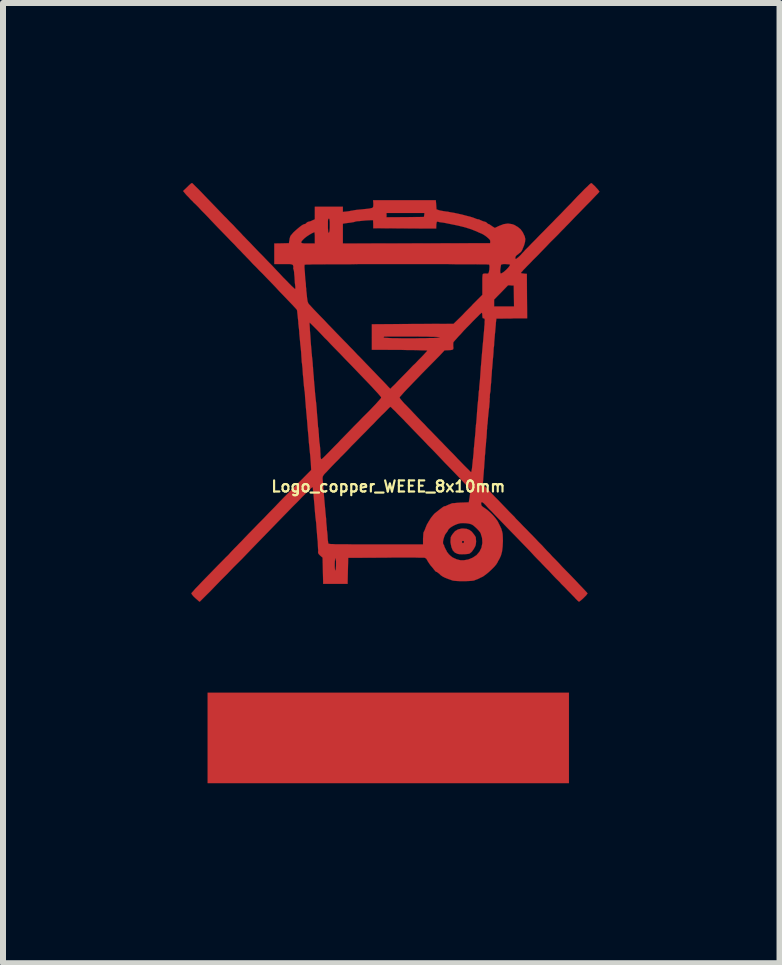
<source format=kicad_pcb>
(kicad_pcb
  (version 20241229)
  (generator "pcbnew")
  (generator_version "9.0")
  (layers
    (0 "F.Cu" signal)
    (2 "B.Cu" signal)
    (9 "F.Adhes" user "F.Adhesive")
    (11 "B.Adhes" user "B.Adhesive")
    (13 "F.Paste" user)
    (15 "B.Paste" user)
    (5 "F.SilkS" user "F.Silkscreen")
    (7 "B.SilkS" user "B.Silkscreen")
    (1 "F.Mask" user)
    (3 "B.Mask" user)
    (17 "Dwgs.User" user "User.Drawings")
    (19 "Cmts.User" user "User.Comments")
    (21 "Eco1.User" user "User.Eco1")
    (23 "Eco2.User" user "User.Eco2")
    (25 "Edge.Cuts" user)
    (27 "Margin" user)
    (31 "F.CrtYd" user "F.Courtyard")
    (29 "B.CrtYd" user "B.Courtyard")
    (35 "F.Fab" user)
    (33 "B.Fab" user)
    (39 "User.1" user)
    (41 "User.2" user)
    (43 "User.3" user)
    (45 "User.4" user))
  (footprint "Logo_copper_WEEE_8x10mm"
    (layer "F.Cu")
    (at 3.42 5.056)
    (property "Reference" "Logo_copper_WEEE_8x10mm" (at 0 0 0) (layer "F.SilkS") (effects (font (size 0.185 0.185) (thickness 0.036))))
    (attr through_hole)
    (fp_poly (pts (xy 3.01 4.943) (xy 0 4.943) (xy -3.01 4.943) (xy -3.01 4.188) (xy -3.01 3.437) (xy 0 3.437) (xy 3.01 3.437) (xy 3.01 4.188) (xy 3.01 4.943)) (stroke (width 0.003) (type solid)) (fill yes) (layer "F.Cu"))
    (fp_poly (pts (xy 1.463 0.914) (xy 1.46 0.953) (xy 1.455 0.98) (xy 1.443 1.008) (xy 1.422 1.044) (xy 1.392 1.087) (xy 1.364 1.11) (xy 1.349 1.12) (xy 1.318 1.125) (xy 1.278 1.128) (xy 1.262 1.128) (xy 1.262 0.917) (xy 1.252 0.907) (xy 1.237 0.907) (xy 1.232 0.909) (xy 1.227 0.927) (xy 1.234 0.94) (xy 1.245 0.945) (xy 1.257 0.937) (xy 1.26 0.932) (xy 1.262 0.917) (xy 1.262 1.128) (xy 1.229 1.13) (xy 1.186 1.128) (xy 1.156 1.123) (xy 1.11 1.102) (xy 1.074 1.064) (xy 1.052 1.011) (xy 1.039 0.945) (xy 1.036 0.914) (xy 1.039 0.874) (xy 1.041 0.846) (xy 1.054 0.82) (xy 1.072 0.792) (xy 1.113 0.744) (xy 1.161 0.716) (xy 1.222 0.701) (xy 1.25 0.701) (xy 1.306 0.706) (xy 1.351 0.724) (xy 1.392 0.754) (xy 1.422 0.792) (xy 1.445 0.823) (xy 1.458 0.848) (xy 1.46 0.876) (xy 1.463 0.914)) (stroke (width 0.003) (type solid)) (fill yes) (layer "F.Cu"))
    (fp_poly (pts (xy 3.518 -4.912) (xy 3.51 -4.902) (xy 3.49 -4.879) (xy 3.457 -4.846) (xy 3.416 -4.803) (xy 3.368 -4.752) (xy 3.315 -4.699) (xy 3.297 -4.681) (xy 3.236 -4.618) (xy 3.172 -4.552) (xy 3.109 -4.488) (xy 3.051 -4.427) (xy 3.002 -4.376) (xy 2.964 -4.338) (xy 2.931 -4.303) (xy 2.885 -4.257) (xy 2.83 -4.199) (xy 2.766 -4.135) (xy 2.697 -4.067) (xy 2.629 -3.995) (xy 2.56 -3.924) (xy 2.479 -3.84) (xy 2.41 -3.772) (xy 2.357 -3.716) (xy 2.311 -3.67) (xy 2.278 -3.635) (xy 2.25 -3.607) (xy 2.233 -3.586) (xy 2.22 -3.574) (xy 2.215 -3.566) (xy 2.21 -3.559) (xy 2.212 -3.556) (xy 2.225 -3.551) (xy 2.253 -3.548) (xy 2.263 -3.546) (xy 2.309 -3.543) (xy 2.311 -3.172) (xy 2.314 -2.802) (xy 2.095 -2.802) (xy 2.095 -3) (xy 2.093 -3.172) (xy 2.09 -3.348) (xy 2.045 -3.35) (xy 2.029 -3.353) (xy 2.029 -3.691) (xy 2.029 -3.693) (xy 2.017 -3.701) (xy 1.989 -3.703) (xy 1.956 -3.706) (xy 1.92 -3.706) (xy 1.892 -3.701) (xy 1.882 -3.698) (xy 1.877 -3.686) (xy 1.872 -3.658) (xy 1.867 -3.625) (xy 1.864 -3.592) (xy 1.867 -3.564) (xy 1.867 -3.559) (xy 1.875 -3.548) (xy 1.895 -3.556) (xy 1.925 -3.576) (xy 1.963 -3.609) (xy 1.971 -3.617) (xy 1.999 -3.647) (xy 2.019 -3.673) (xy 2.029 -3.691) (xy 2.029 -3.353) (xy 1.996 -3.353) (xy 1.88 -3.233) (xy 1.763 -3.114) (xy 1.763 -3.056) (xy 1.763 -3) (xy 1.93 -3) (xy 2.095 -3) (xy 2.095 -2.802) (xy 2.057 -2.799) (xy 1.801 -2.797) (xy 1.793 -2.728) (xy 1.791 -2.692) (xy 1.786 -2.639) (xy 1.781 -2.581) (xy 1.775 -2.522) (xy 1.775 -2.515) (xy 1.77 -2.459) (xy 1.765 -2.403) (xy 1.763 -2.355) (xy 1.76 -2.324) (xy 1.758 -2.319) (xy 1.755 -2.286) (xy 1.753 -2.235) (xy 1.748 -2.174) (xy 1.742 -2.111) (xy 1.737 -2.045) (xy 1.732 -1.986) (xy 1.727 -1.938) (xy 1.727 -1.935) (xy 1.725 -1.902) (xy 1.722 -1.854) (xy 1.717 -1.796) (xy 1.714 -1.735) (xy 1.712 -1.72) (xy 1.707 -1.664) (xy 1.704 -1.618) (xy 1.702 -1.582) (xy 1.699 -1.572) (xy 1.699 -4.079) (xy 1.697 -4.1) (xy 1.684 -4.12) (xy 1.656 -4.145) (xy 1.651 -4.15) (xy 1.618 -4.176) (xy 1.582 -4.199) (xy 1.56 -4.211) (xy 1.521 -4.227) (xy 1.483 -4.244) (xy 1.478 -4.247) (xy 1.384 -4.285) (xy 1.28 -4.318) (xy 1.158 -4.348) (xy 1.021 -4.376) (xy 0.942 -4.392) (xy 0.897 -4.399) (xy 0.856 -4.404) (xy 0.828 -4.412) (xy 0.818 -4.412) (xy 0.81 -4.412) (xy 0.805 -4.397) (xy 0.8 -4.366) (xy 0.8 -4.356) (xy 0.798 -4.298) (xy 0.602 -4.298) (xy 0.602 -4.557) (xy 0.284 -4.557) (xy -0.03 -4.557) (xy -0.03 -4.521) (xy -0.03 -4.486) (xy 0.282 -4.488) (xy 0.594 -4.491) (xy 0.599 -4.524) (xy 0.602 -4.557) (xy 0.602 -4.298) (xy 0.272 -4.3) (xy -0.251 -4.303) (xy -0.251 -4.371) (xy -0.254 -4.437) (xy -0.295 -4.437) (xy -0.338 -4.435) (xy -0.386 -4.432) (xy -0.437 -4.427) (xy -0.483 -4.422) (xy -0.521 -4.42) (xy -0.546 -4.415) (xy -0.554 -4.412) (xy -0.569 -4.407) (xy -0.599 -4.402) (xy -0.627 -4.397) (xy -0.668 -4.392) (xy -0.706 -4.387) (xy -0.724 -4.384) (xy -0.757 -4.379) (xy -0.757 -4.214) (xy -0.757 -4.049) (xy 0.467 -4.051) (xy 1.697 -4.054) (xy 1.699 -4.079) (xy 1.699 -1.572) (xy 1.697 -1.56) (xy 1.697 -1.557) (xy 1.694 -1.544) (xy 1.692 -1.516) (xy 1.692 -1.478) (xy 1.689 -1.466) (xy 1.689 -1.417) (xy 1.687 -1.4) (xy 1.687 -3.663) (xy 1.684 -3.688) (xy 1.679 -3.698) (xy 1.666 -3.698) (xy 1.636 -3.701) (xy 1.585 -3.701) (xy 1.519 -3.701) (xy 1.438 -3.703) (xy 1.344 -3.703) (xy 1.237 -3.703) (xy 1.12 -3.703) (xy 0.993 -3.706) (xy 0.856 -3.706) (xy 0.714 -3.706) (xy 0.566 -3.706) (xy 0.417 -3.706) (xy 0.262 -3.706) (xy 0.107 -3.706) (xy -0.046 -3.706) (xy -0.198 -3.706) (xy -0.348 -3.706) (xy -0.493 -3.706) (xy -0.632 -3.703) (xy -0.765 -3.703) (xy -0.886 -3.703) (xy -0.975 -3.703) (xy -0.975 -4.351) (xy -0.975 -4.402) (xy -0.978 -4.435) (xy -0.98 -4.455) (xy -0.986 -4.463) (xy -0.991 -4.463) (xy -0.998 -4.46) (xy -1.003 -4.448) (xy -1.006 -4.425) (xy -1.006 -4.384) (xy -1.006 -4.351) (xy -1.006 -4.305) (xy -1.003 -4.267) (xy -1.001 -4.242) (xy -1.001 -4.232) (xy -0.991 -4.229) (xy -0.983 -4.239) (xy -0.978 -4.267) (xy -0.975 -4.315) (xy -0.975 -4.351) (xy -0.975 -3.703) (xy -1.001 -3.703) (xy -1.102 -3.701) (xy -1.191 -3.701) (xy -1.224 -3.701) (xy -1.224 -4.049) (xy -1.224 -4.143) (xy -1.224 -4.183) (xy -1.227 -4.214) (xy -1.229 -4.234) (xy -1.232 -4.237) (xy -1.252 -4.229) (xy -1.283 -4.214) (xy -1.321 -4.191) (xy -1.359 -4.166) (xy -1.392 -4.14) (xy -1.4 -4.133) (xy -1.433 -4.1) (xy -1.45 -4.077) (xy -1.45 -4.061) (xy -1.435 -4.054) (xy -1.402 -4.049) (xy -1.349 -4.049) (xy -1.339 -4.049) (xy -1.224 -4.049) (xy -1.224 -3.701) (xy -1.267 -3.701) (xy -1.326 -3.698) (xy -1.367 -3.698) (xy -1.392 -3.696) (xy -1.394 -3.696) (xy -1.397 -3.683) (xy -1.397 -3.653) (xy -1.394 -3.607) (xy -1.389 -3.553) (xy -1.387 -3.505) (xy -1.382 -3.442) (xy -1.374 -3.381) (xy -1.372 -3.327) (xy -1.367 -3.287) (xy -1.367 -3.269) (xy -1.359 -3.2) (xy -1.354 -3.147) (xy -1.349 -3.109) (xy -1.344 -3.081) (xy -1.336 -3.061) (xy -1.328 -3.045) (xy -1.318 -3.033) (xy -1.303 -3.018) (xy -1.278 -2.99) (xy -1.24 -2.949) (xy -1.191 -2.898) (xy -1.135 -2.84) (xy -1.072 -2.776) (xy -1.006 -2.705) (xy -0.937 -2.634) (xy -0.866 -2.56) (xy -0.795 -2.487) (xy -0.726 -2.416) (xy -0.693 -2.383) (xy -0.645 -2.332) (xy -0.594 -2.281) (xy -0.549 -2.233) (xy -0.511 -2.192) (xy -0.485 -2.167) (xy -0.437 -2.118) (xy -0.384 -2.062) (xy -0.328 -2.004) (xy -0.272 -1.946) (xy -0.213 -1.885) (xy -0.157 -1.826) (xy -0.107 -1.775) (xy -0.061 -1.727) (xy -0.025 -1.689) (xy 0 -1.661) (xy 0.015 -1.646) (xy 0.018 -1.643) (xy 0.03 -1.631) (xy 0.033 -1.628) (xy 0.043 -1.636) (xy 0.061 -1.656) (xy 0.091 -1.684) (xy 0.127 -1.72) (xy 0.145 -1.74) (xy 0.185 -1.781) (xy 0.234 -1.831) (xy 0.292 -1.89) (xy 0.351 -1.951) (xy 0.411 -2.014) (xy 0.452 -2.052) (xy 0.503 -2.106) (xy 0.551 -2.154) (xy 0.592 -2.197) (xy 0.622 -2.23) (xy 0.643 -2.253) (xy 0.65 -2.263) (xy 0.643 -2.266) (xy 0.612 -2.268) (xy 0.564 -2.268) (xy 0.5 -2.271) (xy 0.419 -2.273) (xy 0.323 -2.273) (xy 0.211 -2.276) (xy 0.188 -2.276) (xy -0.274 -2.278) (xy -0.274 -2.492) (xy -0.274 -2.703) (xy 0.406 -2.708) (xy 1.087 -2.71) (xy 1.163 -2.784) (xy 1.194 -2.814) (xy 1.237 -2.857) (xy 1.285 -2.908) (xy 1.339 -2.962) (xy 1.392 -3.015) (xy 1.402 -3.028) (xy 1.567 -3.193) (xy 1.567 -3.365) (xy 1.567 -3.429) (xy 1.567 -3.475) (xy 1.57 -3.508) (xy 1.572 -3.526) (xy 1.575 -3.538) (xy 1.582 -3.543) (xy 1.59 -3.546) (xy 1.613 -3.548) (xy 1.623 -3.548) (xy 1.651 -3.546) (xy 1.669 -3.553) (xy 1.676 -3.574) (xy 1.684 -3.609) (xy 1.684 -3.619) (xy 1.687 -3.663) (xy 1.687 -1.4) (xy 1.684 -1.367) (xy 1.681 -1.328) (xy 1.681 -1.326) (xy 1.676 -1.288) (xy 1.671 -1.24) (xy 1.666 -1.189) (xy 1.661 -1.143) (xy 1.659 -1.105) (xy 1.656 -1.077) (xy 1.656 -1.074) (xy 1.654 -1.049) (xy 1.648 -1.011) (xy 1.646 -0.965) (xy 1.643 -0.932) (xy 1.641 -0.884) (xy 1.638 -0.841) (xy 1.636 -0.805) (xy 1.633 -0.792) (xy 1.631 -0.767) (xy 1.628 -0.726) (xy 1.626 -0.693) (xy 1.623 -0.665) (xy 1.618 -0.62) (xy 1.615 -0.561) (xy 1.608 -0.493) (xy 1.608 -0.465) (xy 1.608 -2.774) (xy 1.605 -2.789) (xy 1.6 -2.797) (xy 1.595 -2.802) (xy 1.587 -2.802) (xy 1.575 -2.804) (xy 1.57 -2.817) (xy 1.567 -2.842) (xy 1.567 -2.85) (xy 1.565 -2.878) (xy 1.56 -2.893) (xy 1.557 -2.896) (xy 1.547 -2.888) (xy 1.524 -2.868) (xy 1.494 -2.837) (xy 1.453 -2.797) (xy 1.407 -2.751) (xy 1.359 -2.7) (xy 1.308 -2.649) (xy 1.257 -2.596) (xy 1.212 -2.545) (xy 1.168 -2.499) (xy 1.133 -2.459) (xy 1.105 -2.428) (xy 1.09 -2.41) (xy 1.085 -2.405) (xy 1.082 -2.38) (xy 1.082 -2.347) (xy 1.082 -2.339) (xy 1.085 -2.311) (xy 1.082 -2.289) (xy 1.079 -2.286) (xy 1.067 -2.278) (xy 1.039 -2.273) (xy 1.006 -2.271) (xy 0.937 -2.268) (xy 0.859 -2.184) (xy 0.859 -2.484) (xy 0.853 -2.487) (xy 0.838 -2.489) (xy 0.81 -2.492) (xy 0.772 -2.494) (xy 0.719 -2.494) (xy 0.648 -2.497) (xy 0.561 -2.497) (xy 0.457 -2.499) (xy 0.396 -2.499) (xy 0.302 -2.499) (xy 0.213 -2.499) (xy 0.132 -2.499) (xy 0.061 -2.499) (xy 0.003 -2.499) (xy -0.038 -2.497) (xy -0.064 -2.497) (xy -0.069 -2.497) (xy -0.079 -2.487) (xy -0.076 -2.482) (xy -0.066 -2.479) (xy -0.036 -2.477) (xy 0.008 -2.474) (xy 0.066 -2.471) (xy 0.132 -2.471) (xy 0.208 -2.469) (xy 0.292 -2.469) (xy 0.376 -2.469) (xy 0.46 -2.469) (xy 0.544 -2.471) (xy 0.622 -2.471) (xy 0.693 -2.474) (xy 0.754 -2.474) (xy 0.803 -2.477) (xy 0.838 -2.479) (xy 0.856 -2.482) (xy 0.859 -2.484) (xy 0.859 -2.184) (xy 0.564 -1.885) (xy 0.493 -1.811) (xy 0.424 -1.74) (xy 0.363 -1.676) (xy 0.307 -1.618) (xy 0.262 -1.57) (xy 0.226 -1.529) (xy 0.201 -1.501) (xy 0.188 -1.486) (xy 0.193 -1.471) (xy 0.213 -1.445) (xy 0.241 -1.412) (xy 0.277 -1.372) (xy 0.287 -1.364) (xy 0.323 -1.326) (xy 0.368 -1.28) (xy 0.422 -1.222) (xy 0.48 -1.161) (xy 0.541 -1.097) (xy 0.602 -1.036) (xy 0.658 -0.975) (xy 0.714 -0.919) (xy 0.765 -0.866) (xy 0.81 -0.82) (xy 0.846 -0.782) (xy 0.869 -0.759) (xy 0.871 -0.757) (xy 0.894 -0.734) (xy 0.927 -0.699) (xy 0.97 -0.655) (xy 1.021 -0.602) (xy 1.077 -0.546) (xy 1.135 -0.485) (xy 1.151 -0.467) (xy 1.206 -0.411) (xy 1.257 -0.358) (xy 1.3 -0.315) (xy 1.339 -0.277) (xy 1.364 -0.251) (xy 1.379 -0.239) (xy 1.379 -0.236) (xy 1.384 -0.246) (xy 1.389 -0.272) (xy 1.394 -0.297) (xy 1.4 -0.353) (xy 1.407 -0.422) (xy 1.415 -0.495) (xy 1.422 -0.566) (xy 1.425 -0.627) (xy 1.43 -0.671) (xy 1.435 -0.726) (xy 1.44 -0.782) (xy 1.443 -0.808) (xy 1.448 -0.864) (xy 1.453 -0.919) (xy 1.455 -0.968) (xy 1.458 -0.986) (xy 1.46 -1.019) (xy 1.466 -1.067) (xy 1.471 -1.128) (xy 1.476 -1.191) (xy 1.478 -1.229) (xy 1.483 -1.293) (xy 1.488 -1.356) (xy 1.494 -1.412) (xy 1.499 -1.455) (xy 1.499 -1.473) (xy 1.504 -1.519) (xy 1.506 -1.562) (xy 1.509 -1.587) (xy 1.514 -1.615) (xy 1.516 -1.659) (xy 1.521 -1.712) (xy 1.527 -1.768) (xy 1.527 -1.77) (xy 1.534 -1.869) (xy 1.542 -1.984) (xy 1.552 -2.103) (xy 1.562 -2.223) (xy 1.572 -2.337) (xy 1.582 -2.441) (xy 1.587 -2.502) (xy 1.595 -2.588) (xy 1.6 -2.657) (xy 1.605 -2.708) (xy 1.605 -2.746) (xy 1.608 -2.774) (xy 1.608 -0.465) (xy 1.603 -0.414) (xy 1.598 -0.335) (xy 1.598 -0.333) (xy 1.575 -0.041) (xy 1.608 -0.003) (xy 1.623 0.013) (xy 1.654 0.043) (xy 1.692 0.084) (xy 1.737 0.132) (xy 1.788 0.185) (xy 1.844 0.241) (xy 1.847 0.244) (xy 1.902 0.302) (xy 1.961 0.363) (xy 2.014 0.419) (xy 2.062 0.467) (xy 2.103 0.508) (xy 2.126 0.536) (xy 2.156 0.566) (xy 2.197 0.607) (xy 2.245 0.658) (xy 2.301 0.714) (xy 2.357 0.772) (xy 2.393 0.808) (xy 2.449 0.866) (xy 2.504 0.925) (xy 2.56 0.98) (xy 2.606 1.031) (xy 2.644 1.072) (xy 2.662 1.09) (xy 2.692 1.12) (xy 2.733 1.166) (xy 2.784 1.217) (xy 2.84 1.275) (xy 2.896 1.336) (xy 2.941 1.382) (xy 3.038 1.481) (xy 3.119 1.565) (xy 3.185 1.636) (xy 3.239 1.692) (xy 3.279 1.735) (xy 3.305 1.763) (xy 3.317 1.778) (xy 3.32 1.781) (xy 3.312 1.793) (xy 3.297 1.814) (xy 3.272 1.839) (xy 3.244 1.867) (xy 3.216 1.892) (xy 3.193 1.91) (xy 3.178 1.92) (xy 3.167 1.913) (xy 3.147 1.895) (xy 3.119 1.867) (xy 3.104 1.849) (xy 3.076 1.821) (xy 3.04 1.783) (xy 2.992 1.735) (xy 2.941 1.681) (xy 2.885 1.626) (xy 2.85 1.587) (xy 2.791 1.529) (xy 2.733 1.468) (xy 2.68 1.41) (xy 2.629 1.359) (xy 2.588 1.316) (xy 2.57 1.298) (xy 2.537 1.262) (xy 2.489 1.214) (xy 2.433 1.156) (xy 2.37 1.087) (xy 2.299 1.013) (xy 2.223 0.935) (xy 2.144 0.853) (xy 2.065 0.772) (xy 1.986 0.691) (xy 1.913 0.615) (xy 1.844 0.544) (xy 1.819 0.518) (xy 1.77 0.467) (xy 1.725 0.419) (xy 1.681 0.376) (xy 1.646 0.338) (xy 1.623 0.312) (xy 1.59 0.279) (xy 1.565 0.262) (xy 1.552 0.262) (xy 1.547 0.279) (xy 1.547 0.292) (xy 1.552 0.315) (xy 1.567 0.333) (xy 1.593 0.351) (xy 1.603 0.358) (xy 1.648 0.389) (xy 1.697 0.432) (xy 1.745 0.48) (xy 1.788 0.531) (xy 1.821 0.577) (xy 1.829 0.592) (xy 1.859 0.653) (xy 1.882 0.701) (xy 1.895 0.744) (xy 1.905 0.79) (xy 1.908 0.841) (xy 1.91 0.904) (xy 1.91 0.912) (xy 1.905 1.006) (xy 1.895 1.085) (xy 1.877 1.151) (xy 1.852 1.206) (xy 1.847 1.214) (xy 1.829 1.245) (xy 1.819 1.267) (xy 1.798 1.3) (xy 1.765 1.339) (xy 1.722 1.382) (xy 1.676 1.425) (xy 1.626 1.466) (xy 1.58 1.499) (xy 1.567 1.506) (xy 1.567 0.927) (xy 1.565 0.889) (xy 1.562 0.856) (xy 1.557 0.838) (xy 1.547 0.808) (xy 1.542 0.787) (xy 1.532 0.767) (xy 1.509 0.737) (xy 1.478 0.704) (xy 1.445 0.673) (xy 1.415 0.648) (xy 1.394 0.635) (xy 1.372 0.627) (xy 1.369 0.625) (xy 1.369 0.066) (xy 1.369 0.061) (xy 1.367 0.053) (xy 1.359 0.046) (xy 1.349 0.033) (xy 1.336 0.015) (xy 1.316 -0.005) (xy 1.288 -0.036) (xy 1.255 -0.071) (xy 1.212 -0.117) (xy 1.161 -0.17) (xy 1.1 -0.234) (xy 1.026 -0.31) (xy 0.942 -0.396) (xy 0.846 -0.498) (xy 0.737 -0.612) (xy 0.663 -0.686) (xy 0.584 -0.77) (xy 0.5 -0.856) (xy 0.419 -0.94) (xy 0.343 -1.019) (xy 0.277 -1.087) (xy 0.264 -1.102) (xy 0.208 -1.158) (xy 0.157 -1.209) (xy 0.114 -1.255) (xy 0.076 -1.29) (xy 0.051 -1.316) (xy 0.036 -1.326) (xy 0.033 -1.328) (xy 0.025 -1.321) (xy 0.003 -1.3) (xy -0.028 -1.267) (xy -0.071 -1.224) (xy -0.119 -1.179) (xy -0.119 -1.483) (xy -0.124 -1.494) (xy -0.145 -1.519) (xy -0.178 -1.557) (xy -0.221 -1.603) (xy -0.272 -1.659) (xy -0.33 -1.72) (xy -0.378 -1.77) (xy -0.503 -1.9) (xy -0.615 -2.017) (xy -0.714 -2.118) (xy -0.803 -2.212) (xy -0.884 -2.294) (xy -0.955 -2.367) (xy -1.019 -2.436) (xy -1.059 -2.474) (xy -1.125 -2.545) (xy -1.179 -2.601) (xy -1.222 -2.644) (xy -1.255 -2.677) (xy -1.278 -2.7) (xy -1.293 -2.715) (xy -1.303 -2.725) (xy -1.308 -2.728) (xy -1.311 -2.728) (xy -1.313 -2.718) (xy -1.311 -2.69) (xy -1.308 -2.649) (xy -1.306 -2.601) (xy -1.298 -2.499) (xy -1.293 -2.418) (xy -1.288 -2.352) (xy -1.283 -2.299) (xy -1.28 -2.261) (xy -1.278 -2.23) (xy -1.275 -2.205) (xy -1.273 -2.187) (xy -1.273 -2.179) (xy -1.27 -2.151) (xy -1.265 -2.108) (xy -1.26 -2.055) (xy -1.257 -1.999) (xy -1.255 -1.991) (xy -1.252 -1.933) (xy -1.247 -1.877) (xy -1.242 -1.826) (xy -1.24 -1.791) (xy -1.234 -1.714) (xy -1.227 -1.643) (xy -1.222 -1.577) (xy -1.217 -1.519) (xy -1.212 -1.476) (xy -1.209 -1.448) (xy -1.209 -1.445) (xy -1.206 -1.422) (xy -1.201 -1.379) (xy -1.196 -1.323) (xy -1.191 -1.26) (xy -1.186 -1.186) (xy -1.179 -1.113) (xy -1.176 -1.074) (xy -1.173 -1.031) (xy -1.171 -0.993) (xy -1.166 -0.97) (xy -1.163 -0.945) (xy -1.161 -0.907) (xy -1.156 -0.861) (xy -1.156 -0.846) (xy -1.153 -0.792) (xy -1.148 -0.737) (xy -1.14 -0.688) (xy -1.14 -0.681) (xy -1.135 -0.632) (xy -1.133 -0.577) (xy -1.13 -0.541) (xy -1.13 -0.498) (xy -1.125 -0.47) (xy -1.118 -0.457) (xy -1.11 -0.455) (xy -1.102 -0.462) (xy -1.079 -0.483) (xy -1.046 -0.516) (xy -1.003 -0.559) (xy -0.953 -0.61) (xy -0.897 -0.668) (xy -0.833 -0.732) (xy -0.803 -0.765) (xy -0.729 -0.841) (xy -0.65 -0.922) (xy -0.572 -1.003) (xy -0.493 -1.082) (xy -0.422 -1.156) (xy -0.358 -1.219) (xy -0.31 -1.267) (xy -0.257 -1.323) (xy -0.208 -1.374) (xy -0.17 -1.417) (xy -0.14 -1.45) (xy -0.122 -1.473) (xy -0.119 -1.483) (xy -0.119 -1.179) (xy -0.124 -1.173) (xy -0.183 -1.113) (xy -0.246 -1.046) (xy -0.3 -0.993) (xy -0.376 -0.914) (xy -0.457 -0.833) (xy -0.536 -0.752) (xy -0.615 -0.673) (xy -0.686 -0.597) (xy -0.749 -0.533) (xy -0.803 -0.48) (xy -0.815 -0.465) (xy -0.886 -0.394) (xy -0.945 -0.333) (xy -0.991 -0.284) (xy -1.026 -0.246) (xy -1.054 -0.218) (xy -1.074 -0.196) (xy -1.085 -0.178) (xy -1.092 -0.163) (xy -1.095 -0.152) (xy -1.095 -0.14) (xy -1.095 -0.127) (xy -1.095 -0.124) (xy -1.092 -0.097) (xy -1.087 -0.051) (xy -1.085 0) (xy -1.079 0.056) (xy -1.079 0.061) (xy -1.069 0.188) (xy -1.057 0.32) (xy -1.044 0.465) (xy -1.036 0.538) (xy -1.034 0.592) (xy -1.029 0.645) (xy -1.024 0.693) (xy -1.024 0.711) (xy -1.019 0.754) (xy -1.013 0.808) (xy -1.011 0.851) (xy -1.008 0.892) (xy -1.003 0.925) (xy -1.001 0.945) (xy -1.001 0.947) (xy -0.998 0.95) (xy -0.993 0.953) (xy -0.986 0.955) (xy -0.97 0.958) (xy -0.95 0.96) (xy -0.922 0.96) (xy -0.884 0.963) (xy -0.833 0.963) (xy -0.772 0.963) (xy -0.696 0.963) (xy -0.607 0.965) (xy -0.5 0.965) (xy -0.376 0.965) (xy -0.234 0.965) (xy -0.206 0.965) (xy 0.579 0.965) (xy 0.579 0.869) (xy 0.582 0.826) (xy 0.584 0.79) (xy 0.587 0.767) (xy 0.589 0.762) (xy 0.597 0.747) (xy 0.61 0.719) (xy 0.622 0.686) (xy 0.643 0.635) (xy 0.676 0.579) (xy 0.711 0.523) (xy 0.747 0.478) (xy 0.77 0.452) (xy 0.805 0.424) (xy 0.843 0.394) (xy 0.879 0.366) (xy 0.907 0.345) (xy 0.927 0.333) (xy 0.932 0.33) (xy 0.95 0.328) (xy 0.963 0.323) (xy 0.996 0.307) (xy 1.039 0.29) (xy 1.052 0.284) (xy 1.069 0.279) (xy 1.105 0.277) (xy 1.151 0.272) (xy 1.201 0.269) (xy 1.206 0.269) (xy 1.341 0.264) (xy 1.356 0.175) (xy 1.361 0.132) (xy 1.367 0.094) (xy 1.369 0.069) (xy 1.369 0.066) (xy 1.369 0.625) (xy 1.333 0.617) (xy 1.29 0.612) (xy 1.288 0.612) (xy 1.242 0.61) (xy 1.204 0.612) (xy 1.168 0.62) (xy 1.146 0.627) (xy 1.107 0.643) (xy 1.069 0.663) (xy 1.034 0.686) (xy 1.008 0.709) (xy 0.996 0.726) (xy 0.996 0.729) (xy 0.988 0.744) (xy 0.973 0.765) (xy 0.968 0.772) (xy 0.947 0.8) (xy 0.932 0.838) (xy 0.919 0.879) (xy 0.912 0.917) (xy 0.912 0.95) (xy 0.922 0.968) (xy 0.922 0.97) (xy 0.932 0.986) (xy 0.932 0.996) (xy 0.94 1.013) (xy 0.953 1.041) (xy 0.973 1.077) (xy 0.975 1.085) (xy 1.008 1.128) (xy 1.039 1.158) (xy 1.074 1.184) (xy 1.14 1.214) (xy 1.201 1.229) (xy 1.262 1.229) (xy 1.333 1.217) (xy 1.407 1.186) (xy 1.471 1.143) (xy 1.519 1.087) (xy 1.552 1.021) (xy 1.567 0.945) (xy 1.567 0.927) (xy 1.567 1.506) (xy 1.544 1.516) (xy 1.499 1.539) (xy 1.46 1.554) (xy 1.427 1.567) (xy 1.392 1.572) (xy 1.349 1.575) (xy 1.293 1.577) (xy 1.252 1.577) (xy 1.189 1.577) (xy 1.143 1.575) (xy 1.105 1.572) (xy 1.072 1.567) (xy 1.036 1.554) (xy 0.993 1.539) (xy 0.942 1.519) (xy 0.907 1.501) (xy 0.871 1.476) (xy 0.856 1.46) (xy 0.831 1.44) (xy 0.81 1.425) (xy 0.8 1.422) (xy 0.787 1.415) (xy 0.77 1.394) (xy 0.765 1.389) (xy 0.744 1.361) (xy 0.716 1.328) (xy 0.709 1.321) (xy 0.683 1.285) (xy 0.658 1.247) (xy 0.653 1.237) (xy 0.635 1.206) (xy 0.612 1.189) (xy 0.61 1.189) (xy 0.594 1.186) (xy 0.561 1.186) (xy 0.511 1.186) (xy 0.445 1.184) (xy 0.366 1.184) (xy 0.277 1.184) (xy 0.178 1.184) (xy 0.071 1.184) (xy -0.041 1.186) (xy -0.668 1.189) (xy -0.673 1.407) (xy -0.678 1.623) (xy -0.871 1.623) (xy -0.871 1.298) (xy -0.871 1.25) (xy -0.876 1.214) (xy -0.879 1.196) (xy -0.881 1.194) (xy -0.886 1.204) (xy -0.889 1.229) (xy -0.892 1.273) (xy -0.892 1.298) (xy -0.892 1.346) (xy -0.889 1.379) (xy -0.884 1.4) (xy -0.881 1.4) (xy -0.876 1.389) (xy -0.874 1.364) (xy -0.871 1.321) (xy -0.871 1.298) (xy -0.871 1.623) (xy -0.881 1.623) (xy -1.085 1.623) (xy -1.09 1.405) (xy -1.095 1.186) (xy -1.135 1.151) (xy -1.158 1.128) (xy -1.168 1.11) (xy -1.171 1.087) (xy -1.168 1.085) (xy -1.168 1.064) (xy -1.171 1.029) (xy -1.173 0.978) (xy -1.176 0.914) (xy -1.184 0.843) (xy -1.189 0.77) (xy -1.196 0.691) (xy -1.201 0.615) (xy -1.209 0.546) (xy -1.214 0.508) (xy -1.219 0.457) (xy -1.224 0.394) (xy -1.229 0.325) (xy -1.234 0.274) (xy -1.242 0.183) (xy -1.247 0.112) (xy -1.255 0.058) (xy -1.257 0.025) (xy -1.262 0.01) (xy -1.267 0.013) (xy -1.283 0.025) (xy -1.306 0.048) (xy -1.341 0.081) (xy -1.387 0.127) (xy -1.443 0.183) (xy -1.511 0.254) (xy -1.593 0.335) (xy -1.687 0.432) (xy -1.781 0.528) (xy -1.966 0.719) (xy -2.139 0.897) (xy -2.299 1.062) (xy -2.443 1.212) (xy -2.578 1.346) (xy -2.695 1.468) (xy -2.802 1.575) (xy -2.893 1.669) (xy -2.969 1.748) (xy -3.033 1.811) (xy -3.081 1.859) (xy -3.117 1.895) (xy -3.137 1.915) (xy -3.145 1.92) (xy -3.155 1.913) (xy -3.175 1.895) (xy -3.205 1.869) (xy -3.216 1.859) (xy -3.246 1.831) (xy -3.269 1.803) (xy -3.279 1.786) (xy -3.282 1.783) (xy -3.274 1.77) (xy -3.251 1.745) (xy -3.216 1.704) (xy -3.167 1.654) (xy -3.104 1.587) (xy -3.028 1.509) (xy -2.941 1.42) (xy -2.842 1.318) (xy -2.731 1.206) (xy -2.705 1.179) (xy -2.667 1.143) (xy -2.624 1.095) (xy -2.573 1.041) (xy -2.52 0.988) (xy -2.487 0.953) (xy -2.443 0.909) (xy -2.388 0.851) (xy -2.322 0.782) (xy -2.245 0.704) (xy -2.164 0.62) (xy -2.075 0.531) (xy -1.986 0.437) (xy -1.895 0.345) (xy -1.806 0.251) (xy -1.72 0.163) (xy -1.636 0.079) (xy -1.56 0.003) (xy -1.494 -0.064) (xy -1.471 -0.086) (xy -1.285 -0.274) (xy -1.29 -0.384) (xy -1.295 -0.442) (xy -1.3 -0.508) (xy -1.306 -0.566) (xy -1.308 -0.584) (xy -1.311 -0.617) (xy -1.316 -0.668) (xy -1.323 -0.732) (xy -1.328 -0.808) (xy -1.336 -0.892) (xy -1.344 -0.98) (xy -1.351 -1.072) (xy -1.359 -1.163) (xy -1.367 -1.25) (xy -1.374 -1.331) (xy -1.379 -1.4) (xy -1.384 -1.455) (xy -1.387 -1.494) (xy -1.389 -1.537) (xy -1.392 -1.575) (xy -1.397 -1.603) (xy -1.4 -1.628) (xy -1.405 -1.671) (xy -1.41 -1.727) (xy -1.415 -1.791) (xy -1.422 -1.857) (xy -1.427 -1.928) (xy -1.427 -1.93) (xy -1.43 -1.976) (xy -1.435 -2.019) (xy -1.438 -2.05) (xy -1.443 -2.083) (xy -1.445 -2.126) (xy -1.448 -2.164) (xy -1.45 -2.2) (xy -1.453 -2.245) (xy -1.458 -2.301) (xy -1.466 -2.367) (xy -1.473 -2.451) (xy -1.483 -2.55) (xy -1.483 -2.568) (xy -1.488 -2.624) (xy -1.496 -2.69) (xy -1.501 -2.758) (xy -1.506 -2.802) (xy -1.511 -2.852) (xy -1.516 -2.896) (xy -1.519 -2.929) (xy -1.524 -2.944) (xy -1.534 -2.957) (xy -1.554 -2.979) (xy -1.59 -3.018) (xy -1.633 -3.063) (xy -1.687 -3.119) (xy -1.748 -3.183) (xy -1.814 -3.251) (xy -1.882 -3.325) (xy -1.953 -3.399) (xy -2.027 -3.475) (xy -2.09 -3.541) (xy -2.149 -3.599) (xy -2.205 -3.658) (xy -2.256 -3.708) (xy -2.301 -3.757) (xy -2.334 -3.792) (xy -2.36 -3.818) (xy -2.362 -3.82) (xy -2.383 -3.843) (xy -2.416 -3.876) (xy -2.459 -3.922) (xy -2.51 -3.973) (xy -2.563 -4.031) (xy -2.621 -4.089) (xy -2.626 -4.094) (xy -2.692 -4.163) (xy -2.764 -4.237) (xy -2.835 -4.31) (xy -2.903 -4.381) (xy -2.964 -4.445) (xy -3.002 -4.486) (xy -3.056 -4.542) (xy -3.111 -4.597) (xy -3.162 -4.653) (xy -3.211 -4.702) (xy -3.249 -4.737) (xy -3.254 -4.745) (xy -3.294 -4.783) (xy -3.33 -4.823) (xy -3.363 -4.856) (xy -3.381 -4.877) (xy -3.419 -4.923) (xy -3.35 -4.989) (xy -3.32 -5.019) (xy -3.294 -5.042) (xy -3.277 -5.055) (xy -3.272 -5.055) (xy -3.261 -5.05) (xy -3.241 -5.029) (xy -3.208 -4.996) (xy -3.167 -4.956) (xy -3.122 -4.91) (xy -3.081 -4.867) (xy -3.02 -4.803) (xy -2.951 -4.732) (xy -2.875 -4.653) (xy -2.802 -4.577) (xy -2.731 -4.503) (xy -2.697 -4.47) (xy -2.642 -4.412) (xy -2.583 -4.354) (xy -2.532 -4.298) (xy -2.484 -4.249) (xy -2.446 -4.209) (xy -2.423 -4.183) (xy -2.395 -4.155) (xy -2.357 -4.115) (xy -2.309 -4.067) (xy -2.256 -4.011) (xy -2.2 -3.952) (xy -2.149 -3.899) (xy -2.09 -3.84) (xy -2.035 -3.782) (xy -1.984 -3.729) (xy -1.935 -3.68) (xy -1.9 -3.642) (xy -1.877 -3.617) (xy -1.811 -3.548) (xy -1.753 -3.485) (xy -1.697 -3.429) (xy -1.648 -3.378) (xy -1.608 -3.338) (xy -1.577 -3.31) (xy -1.56 -3.294) (xy -1.554 -3.289) (xy -1.549 -3.299) (xy -1.549 -3.322) (xy -1.549 -3.33) (xy -1.552 -3.355) (xy -1.557 -3.396) (xy -1.56 -3.447) (xy -1.562 -3.487) (xy -1.567 -3.536) (xy -1.57 -3.576) (xy -1.575 -3.607) (xy -1.58 -3.619) (xy -1.585 -3.637) (xy -1.582 -3.647) (xy -1.582 -3.668) (xy -1.587 -3.686) (xy -1.593 -3.693) (xy -1.603 -3.698) (xy -1.618 -3.703) (xy -1.643 -3.706) (xy -1.681 -3.706) (xy -1.737 -3.706) (xy -1.75 -3.706) (xy -1.9 -3.706) (xy -1.9 -3.876) (xy -1.9 -4.049) (xy -1.778 -4.051) (xy -1.656 -4.054) (xy -1.648 -4.1) (xy -1.643 -4.135) (xy -1.633 -4.166) (xy -1.631 -4.173) (xy -1.61 -4.199) (xy -1.582 -4.232) (xy -1.544 -4.267) (xy -1.506 -4.3) (xy -1.468 -4.331) (xy -1.433 -4.356) (xy -1.407 -4.369) (xy -1.4 -4.371) (xy -1.379 -4.376) (xy -1.364 -4.392) (xy -1.344 -4.407) (xy -1.326 -4.412) (xy -1.306 -4.417) (xy -1.275 -4.427) (xy -1.265 -4.432) (xy -1.224 -4.453) (xy -1.224 -4.557) (xy -1.224 -4.661) (xy -0.991 -4.661) (xy -0.757 -4.661) (xy -0.757 -4.618) (xy -0.757 -4.575) (xy -0.691 -4.582) (xy -0.653 -4.587) (xy -0.615 -4.595) (xy -0.597 -4.597) (xy -0.574 -4.602) (xy -0.536 -4.608) (xy -0.488 -4.613) (xy -0.434 -4.618) (xy -0.419 -4.62) (xy -0.366 -4.625) (xy -0.32 -4.63) (xy -0.284 -4.638) (xy -0.264 -4.643) (xy -0.262 -4.643) (xy -0.251 -4.663) (xy -0.249 -4.702) (xy -0.249 -4.712) (xy -0.254 -4.77) (xy 0.269 -4.77) (xy 0.792 -4.77) (xy 0.798 -4.694) (xy 0.803 -4.618) (xy 0.848 -4.602) (xy 0.879 -4.595) (xy 0.925 -4.587) (xy 0.973 -4.58) (xy 0.983 -4.58) (xy 1.036 -4.569) (xy 1.097 -4.559) (xy 1.166 -4.544) (xy 1.234 -4.529) (xy 1.3 -4.511) (xy 1.361 -4.496) (xy 1.41 -4.481) (xy 1.445 -4.468) (xy 1.455 -4.463) (xy 1.478 -4.455) (xy 1.488 -4.453) (xy 1.509 -4.45) (xy 1.537 -4.437) (xy 1.549 -4.432) (xy 1.577 -4.42) (xy 1.603 -4.412) (xy 1.608 -4.412) (xy 1.628 -4.404) (xy 1.643 -4.392) (xy 1.661 -4.376) (xy 1.674 -4.371) (xy 1.687 -4.366) (xy 1.709 -4.351) (xy 1.727 -4.338) (xy 1.775 -4.308) (xy 1.844 -4.341) (xy 1.923 -4.371) (xy 1.994 -4.381) (xy 2.062 -4.371) (xy 2.098 -4.359) (xy 2.159 -4.323) (xy 2.205 -4.285) (xy 2.243 -4.232) (xy 2.25 -4.216) (xy 2.273 -4.168) (xy 2.283 -4.122) (xy 2.278 -4.072) (xy 2.261 -4.013) (xy 2.25 -3.988) (xy 2.233 -3.945) (xy 2.217 -3.917) (xy 2.197 -3.896) (xy 2.172 -3.879) (xy 2.172 -3.876) (xy 2.136 -3.851) (xy 2.118 -3.825) (xy 2.118 -3.797) (xy 2.121 -3.792) (xy 2.129 -3.79) (xy 2.141 -3.8) (xy 2.167 -3.82) (xy 2.202 -3.853) (xy 2.248 -3.904) (xy 2.25 -3.904) (xy 2.283 -3.942) (xy 2.332 -3.99) (xy 2.39 -4.051) (xy 2.454 -4.115) (xy 2.522 -4.186) (xy 2.593 -4.257) (xy 2.662 -4.328) (xy 2.733 -4.399) (xy 2.804 -4.473) (xy 2.873 -4.542) (xy 2.936 -4.608) (xy 2.995 -4.669) (xy 3.043 -4.717) (xy 3.078 -4.755) (xy 3.152 -4.834) (xy 3.218 -4.9) (xy 3.274 -4.958) (xy 3.32 -5.001) (xy 3.353 -5.034) (xy 3.376 -5.052) (xy 3.381 -5.055) (xy 3.393 -5.05) (xy 3.414 -5.029) (xy 3.442 -5.004) (xy 3.467 -4.976) (xy 3.493 -4.948) (xy 3.51 -4.925) (xy 3.518 -4.912)) (stroke (width 0.003) (type solid)) (fill yes) (layer "F.Cu")))
  (gr_rect
    (start -3 -3)
    (end 9.939 13)
    (stroke (width 0.1) (type default))
    (fill no)
    (layer "Edge.Cuts")))
</source>
